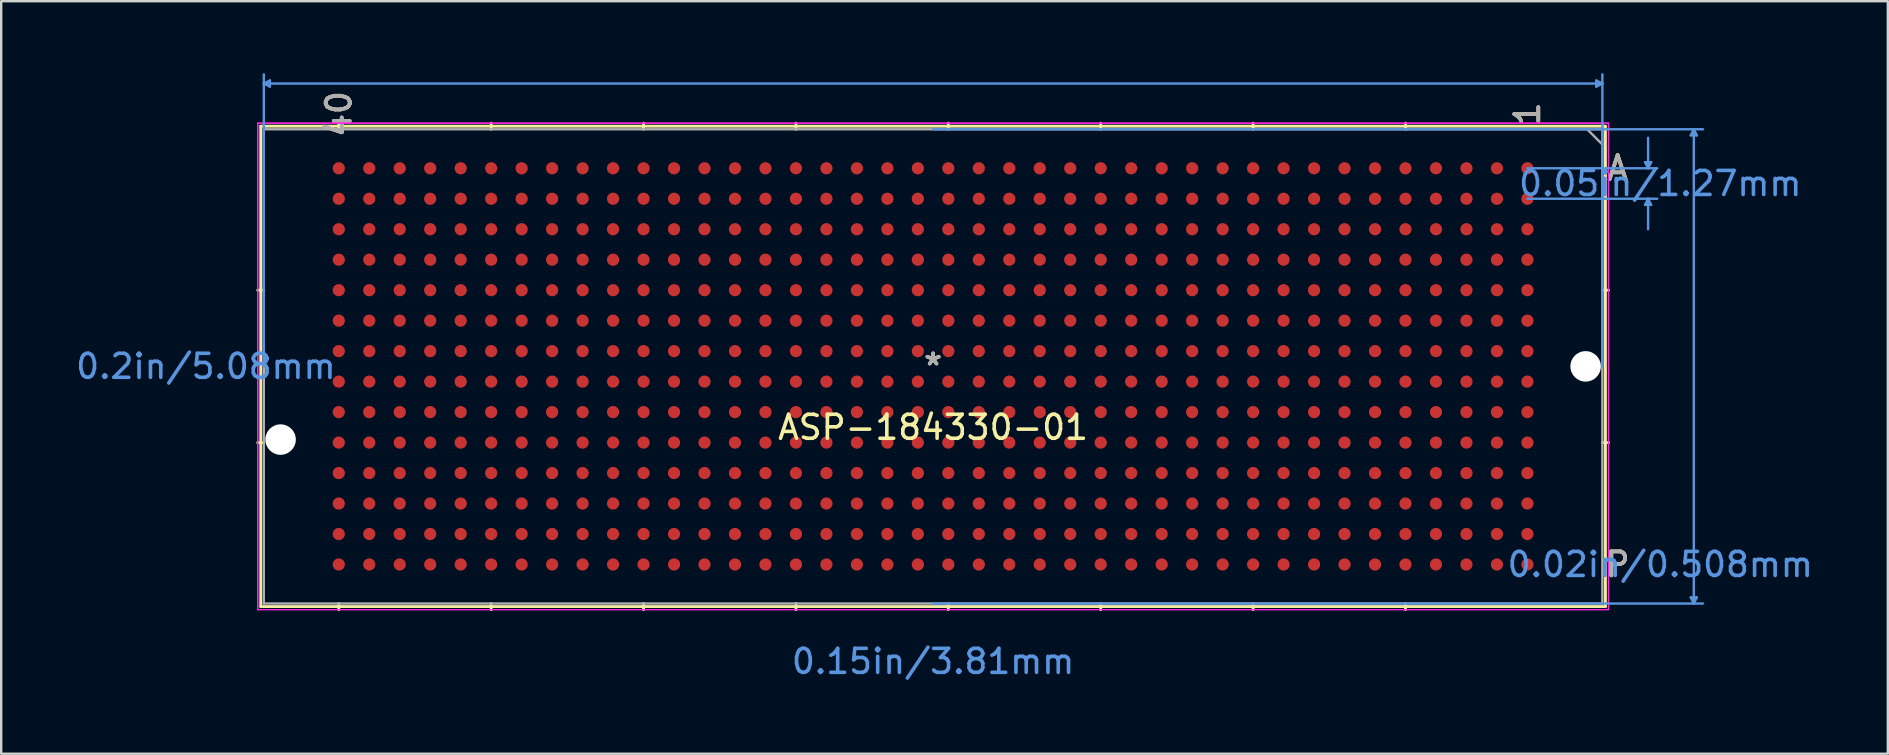
<source format=kicad_pcb>
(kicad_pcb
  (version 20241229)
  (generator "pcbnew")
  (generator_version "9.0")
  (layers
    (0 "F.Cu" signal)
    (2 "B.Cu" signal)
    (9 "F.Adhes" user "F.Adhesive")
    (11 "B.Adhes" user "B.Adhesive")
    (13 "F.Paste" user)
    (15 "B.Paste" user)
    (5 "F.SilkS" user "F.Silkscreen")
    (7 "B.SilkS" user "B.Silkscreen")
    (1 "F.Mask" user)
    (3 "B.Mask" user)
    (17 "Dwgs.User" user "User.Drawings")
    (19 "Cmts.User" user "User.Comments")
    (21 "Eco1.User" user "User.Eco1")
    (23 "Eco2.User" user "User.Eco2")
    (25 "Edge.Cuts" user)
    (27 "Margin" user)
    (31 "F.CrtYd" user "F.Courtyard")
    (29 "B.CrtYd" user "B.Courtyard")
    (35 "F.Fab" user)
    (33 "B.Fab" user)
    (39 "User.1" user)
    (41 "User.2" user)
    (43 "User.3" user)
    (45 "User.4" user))
  (footprint "ASP-184330-01"
    (layer "F.Cu")
    (at 35.832 12.217)
    (property "Reference" "ASP-184330-01" (at 0 2.54 0) (layer "F.SilkS") (effects (font (size 1 1) (thickness 0.15))))
    (attr through_hole)
    (fp_line (start -28.016 -10.008) (end -28.016 10.008) (stroke (width 0.12) (type solid)) (layer "F.SilkS"))
    (fp_line (start -28.016 10.008) (end 28.016 10.008) (stroke (width 0.12) (type solid)) (layer "F.SilkS"))
    (fp_line (start -27.889 -3.175) (end -28.143 -3.175) (stroke (width 0.12) (type solid)) (layer "F.SilkS"))
    (fp_line (start -27.889 3.175) (end -28.143 3.175) (stroke (width 0.12) (type solid)) (layer "F.SilkS"))
    (fp_line (start -24.765 -9.881) (end -24.765 -10.135) (stroke (width 0.12) (type solid)) (layer "F.SilkS"))
    (fp_line (start -24.765 9.881) (end -24.765 10.135) (stroke (width 0.12) (type solid)) (layer "F.SilkS"))
    (fp_line (start -18.415 -9.881) (end -18.415 -10.135) (stroke (width 0.12) (type solid)) (layer "F.SilkS"))
    (fp_line (start -18.415 9.881) (end -18.415 10.135) (stroke (width 0.12) (type solid)) (layer "F.SilkS"))
    (fp_line (start -12.065 -9.881) (end -12.065 -10.135) (stroke (width 0.12) (type solid)) (layer "F.SilkS"))
    (fp_line (start -12.065 9.881) (end -12.065 10.135) (stroke (width 0.12) (type solid)) (layer "F.SilkS"))
    (fp_line (start -5.715 -9.881) (end -5.715 -10.135) (stroke (width 0.12) (type solid)) (layer "F.SilkS"))
    (fp_line (start -5.715 9.881) (end -5.715 10.135) (stroke (width 0.12) (type solid)) (layer "F.SilkS"))
    (fp_line (start 0.635 -9.881) (end 0.635 -10.135) (stroke (width 0.12) (type solid)) (layer "F.SilkS"))
    (fp_line (start 0.635 9.881) (end 0.635 10.135) (stroke (width 0.12) (type solid)) (layer "F.SilkS"))
    (fp_line (start 6.985 -9.881) (end 6.985 -10.135) (stroke (width 0.12) (type solid)) (layer "F.SilkS"))
    (fp_line (start 6.985 9.881) (end 6.985 10.135) (stroke (width 0.12) (type solid)) (layer "F.SilkS"))
    (fp_line (start 13.335 -9.881) (end 13.335 -10.135) (stroke (width 0.12) (type solid)) (layer "F.SilkS"))
    (fp_line (start 13.335 9.881) (end 13.335 10.135) (stroke (width 0.12) (type solid)) (layer "F.SilkS"))
    (fp_line (start 19.685 -9.881) (end 19.685 -10.135) (stroke (width 0.12) (type solid)) (layer "F.SilkS"))
    (fp_line (start 19.685 9.881) (end 19.685 10.135) (stroke (width 0.12) (type solid)) (layer "F.SilkS"))
    (fp_line (start 27.889 -3.175) (end 28.143 -3.175) (stroke (width 0.12) (type solid)) (layer "F.SilkS"))
    (fp_line (start 27.889 3.175) (end 28.143 3.175) (stroke (width 0.12) (type solid)) (layer "F.SilkS"))
    (fp_line (start 28.016 -10.008) (end -28.016 -10.008) (stroke (width 0.12) (type solid)) (layer "F.SilkS"))
    (fp_line (start 28.016 10.008) (end 28.016 -10.008) (stroke (width 0.12) (type solid)) (layer "F.SilkS"))
    (fp_line (start -27.889 -11.786) (end -27.635 -11.913) (stroke (width 0.1) (type solid)) (layer "Cmts.User"))
    (fp_line (start -27.889 -11.786) (end -27.635 -11.659) (stroke (width 0.1) (type solid)) (layer "Cmts.User"))
    (fp_line (start -27.889 -11.786) (end 27.889 -11.786) (stroke (width 0.1) (type solid)) (layer "Cmts.User"))
    (fp_line (start -27.889 0) (end -27.889 -12.167) (stroke (width 0.1) (type solid)) (layer "Cmts.User"))
    (fp_line (start -27.635 -11.913) (end -27.635 -11.659) (stroke (width 0.1) (type solid)) (layer "Cmts.User"))
    (fp_line (start 0 -9.881) (end 32.08 -9.881) (stroke (width 0.1) (type solid)) (layer "Cmts.User"))
    (fp_line (start 0 9.881) (end 32.08 9.881) (stroke (width 0.1) (type solid)) (layer "Cmts.User"))
    (fp_line (start 24.765 -8.255) (end 30.175 -8.255) (stroke (width 0.1) (type solid)) (layer "Cmts.User"))
    (fp_line (start 24.765 -6.985) (end 30.175 -6.985) (stroke (width 0.1) (type solid)) (layer "Cmts.User"))
    (fp_line (start 27.635 -11.913) (end 27.635 -11.659) (stroke (width 0.1) (type solid)) (layer "Cmts.User"))
    (fp_line (start 27.889 -11.786) (end 27.635 -11.913) (stroke (width 0.1) (type solid)) (layer "Cmts.User"))
    (fp_line (start 27.889 -11.786) (end 27.635 -11.659) (stroke (width 0.1) (type solid)) (layer "Cmts.User"))
    (fp_line (start 27.889 0) (end 27.889 -12.167) (stroke (width 0.1) (type solid)) (layer "Cmts.User"))
    (fp_line (start 29.667 -8.509) (end 29.921 -8.509) (stroke (width 0.1) (type solid)) (layer "Cmts.User"))
    (fp_line (start 29.667 -6.731) (end 29.921 -6.731) (stroke (width 0.1) (type solid)) (layer "Cmts.User"))
    (fp_line (start 29.794 -8.255) (end 29.667 -8.509) (stroke (width 0.1) (type solid)) (layer "Cmts.User"))
    (fp_line (start 29.794 -8.255) (end 29.794 -9.525) (stroke (width 0.1) (type solid)) (layer "Cmts.User"))
    (fp_line (start 29.794 -8.255) (end 29.921 -8.509) (stroke (width 0.1) (type solid)) (layer "Cmts.User"))
    (fp_line (start 29.794 -6.985) (end 29.667 -6.731) (stroke (width 0.1) (type solid)) (layer "Cmts.User"))
    (fp_line (start 29.794 -6.985) (end 29.794 -5.715) (stroke (width 0.1) (type solid)) (layer "Cmts.User"))
    (fp_line (start 29.794 -6.985) (end 29.921 -6.731) (stroke (width 0.1) (type solid)) (layer "Cmts.User"))
    (fp_line (start 31.572 -9.627) (end 31.826 -9.627) (stroke (width 0.1) (type solid)) (layer "Cmts.User"))
    (fp_line (start 31.572 9.627) (end 31.826 9.627) (stroke (width 0.1) (type solid)) (layer "Cmts.User"))
    (fp_line (start 31.699 -9.881) (end 31.572 -9.627) (stroke (width 0.1) (type solid)) (layer "Cmts.User"))
    (fp_line (start 31.699 -9.881) (end 31.699 9.881) (stroke (width 0.1) (type solid)) (layer "Cmts.User"))
    (fp_line (start 31.699 -9.881) (end 31.826 -9.627) (stroke (width 0.1) (type solid)) (layer "Cmts.User"))
    (fp_line (start 31.699 9.881) (end 31.572 9.627) (stroke (width 0.1) (type solid)) (layer "Cmts.User"))
    (fp_line (start 31.699 9.881) (end 31.826 9.627) (stroke (width 0.1) (type solid)) (layer "Cmts.User"))
    (fp_line (start -28.143 -10.135) (end 28.143 -10.135) (stroke (width 0.05) (type solid)) (layer "F.CrtYd"))
    (fp_line (start -28.143 -10.135) (end 28.143 -10.135) (stroke (width 0.05) (type solid)) (layer "F.CrtYd"))
    (fp_line (start -28.143 10.135) (end -28.143 -10.135) (stroke (width 0.05) (type solid)) (layer "F.CrtYd"))
    (fp_line (start -28.143 10.135) (end -28.143 -10.135) (stroke (width 0.05) (type solid)) (layer "F.CrtYd"))
    (fp_line (start 28.143 -10.135) (end 28.143 10.135) (stroke (width 0.05) (type solid)) (layer "F.CrtYd"))
    (fp_line (start 28.143 -10.135) (end 28.143 10.135) (stroke (width 0.05) (type solid)) (layer "F.CrtYd"))
    (fp_line (start 28.143 10.135) (end -28.143 10.135) (stroke (width 0.05) (type solid)) (layer "F.CrtYd"))
    (fp_line (start 28.143 10.135) (end -28.143 10.135) (stroke (width 0.05) (type solid)) (layer "F.CrtYd"))
    (fp_line (start -27.889 -9.881) (end -27.889 9.881) (stroke (width 0.1) (type solid)) (layer "F.Fab"))
    (fp_line (start -27.889 9.881) (end 27.889 9.881) (stroke (width 0.1) (type solid)) (layer "F.Fab"))
    (fp_line (start 27.889 -9.881) (end -27.889 -9.881) (stroke (width 0.1) (type solid)) (layer "F.Fab"))
    (fp_line (start 27.889 -9.246) (end 27.254 -9.881) (stroke (width 0.1) (type solid)) (layer "F.Fab"))
    (fp_line (start 27.889 9.881) (end 27.889 -9.881) (stroke (width 0.1) (type solid)) (layer "F.Fab"))
    (fp_text user "1" (at 24.765 -10.516 90) (layer "F.SilkS") (effects (font (size 1 1) (thickness 0.15))))
    (fp_text user "40" (at -24.765 -10.516 90) (layer "F.SilkS") (effects (font (size 1 1) (thickness 0.15))))
    (fp_text user "P" (at 28.524 8.255 0) (layer "F.SilkS") (effects (font (size 1 1) (thickness 0.15))))
    (fp_text user "A" (at 28.524 -8.255 0) (layer "F.SilkS") (effects (font (size 1 1) (thickness 0.15))))
    (fp_text user "*" (at 0 0 0) (layer "F.SilkS") (effects (font (size 1 1) (thickness 0.15))))
    (fp_text user "40" (at -24.765 -10.516 90) (layer "B.SilkS") (effects (font (size 1 1) (thickness 0.15))))
    (fp_text user "A" (at 28.524 -8.255 0) (layer "B.SilkS") (effects (font (size 1 1) (thickness 0.15))))
    (fp_text user "1" (at 24.765 -10.516 90) (layer "B.SilkS") (effects (font (size 1 1) (thickness 0.15))))
    (fp_text user "P" (at 28.524 8.255 0) (layer "B.SilkS") (effects (font (size 1 1) (thickness 0.15))))
    (fp_text user "0.05in/1.27mm" (at 30.302 -7.62 0) (layer "Cmts.User") (effects (font (size 1 1) (thickness 0.15))))
    (fp_text user "Copyright 2021 Accelerated Designs. All rights reserved." (at 0 0 0) (layer "Cmts.User") (effects (font (size 0.127 0.127) (thickness 0.002))))
    (fp_text user "0.15in/3.81mm" (at 0 12.294 0) (layer "Cmts.User") (effects (font (size 1 1) (thickness 0.15))))
    (fp_text user "0.02in/0.508mm" (at 30.302 8.255 0) (layer "Cmts.User") (effects (font (size 1 1) (thickness 0.15))))
    (fp_text user "0.2in/5.08mm" (at -30.302 0 0) (layer "Cmts.User") (effects (font (size 1 1) (thickness 0.15))))
    (fp_text user "A" (at 28.524 -8.255 0) (layer "F.Fab") (effects (font (size 1 1) (thickness 0.15))))
    (fp_text user "40" (at -24.765 -10.516 90) (layer "F.Fab") (effects (font (size 1 1) (thickness 0.15))))
    (fp_text user "*" (at 0 0 0) (layer "F.Fab") (effects (font (size 1 1) (thickness 0.15))))
    (fp_text user "P" (at 28.524 8.255 0) (layer "F.Fab") (effects (font (size 1 1) (thickness 0.15))))
    (fp_text user "1" (at 24.765 -10.516 90) (layer "F.Fab") (effects (font (size 1 1) (thickness 0.15))))
    (pad "" np_thru_hole circle (at -27.19 3.05) (size 1.27 1.27) (drill 1.27) (layers "*.Cu" "*.Mask"))
    (pad "" np_thru_hole circle (at 27.191 -0.00001) (size 1.27 1.27) (drill 1.27) (layers "*.Cu" "*.Mask"))
    (pad "A1" smd circle (at 24.765 -5.715) (size 0.508 0.508) (layers "F.Cu" "F.Mask" "F.Paste"))
    (pad "A2" smd circle (at 23.495 -5.715) (size 0.508 0.508) (layers "F.Cu" "F.Mask" "F.Paste"))
    (pad "A3" smd circle (at 22.225 -5.715) (size 0.508 0.508) (layers "F.Cu" "F.Mask" "F.Paste"))
    (pad "A4" smd circle (at 20.955 -5.715) (size 0.508 0.508) (layers "F.Cu" "F.Mask" "F.Paste"))
    (pad "A5" smd circle (at 19.685 -5.715) (size 0.508 0.508) (layers "F.Cu" "F.Mask" "F.Paste"))
    (pad "A6" smd circle (at 18.415 -5.715) (size 0.508 0.508) (layers "F.Cu" "F.Mask" "F.Paste"))
    (pad "A7" smd circle (at 17.145 -5.715) (size 0.508 0.508) (layers "F.Cu" "F.Mask" "F.Paste"))
    (pad "A8" smd circle (at 15.875 -5.715) (size 0.508 0.508) (layers "F.Cu" "F.Mask" "F.Paste"))
    (pad "A9" smd circle (at 14.605 -5.715) (size 0.508 0.508) (layers "F.Cu" "F.Mask" "F.Paste"))
    (pad "A10" smd circle (at 13.335 -5.715) (size 0.508 0.508) (layers "F.Cu" "F.Mask" "F.Paste"))
    (pad "A11" smd circle (at 12.065 -5.715) (size 0.508 0.508) (layers "F.Cu" "F.Mask" "F.Paste"))
    (pad "A12" smd circle (at 10.795 -5.715) (size 0.508 0.508) (layers "F.Cu" "F.Mask" "F.Paste"))
    (pad "A13" smd circle (at 9.525 -5.715) (size 0.508 0.508) (layers "F.Cu" "F.Mask" "F.Paste"))
    (pad "A14" smd circle (at 8.255 -5.715) (size 0.508 0.508) (layers "F.Cu" "F.Mask" "F.Paste"))
    (pad "A15" smd circle (at 6.985 -5.715) (size 0.508 0.508) (layers "F.Cu" "F.Mask" "F.Paste"))
    (pad "A16" smd circle (at 5.715 -5.715) (size 0.508 0.508) (layers "F.Cu" "F.Mask" "F.Paste"))
    (pad "A17" smd circle (at 4.445 -5.715) (size 0.508 0.508) (layers "F.Cu" "F.Mask" "F.Paste"))
    (pad "A18" smd circle (at 3.175 -5.715) (size 0.508 0.508) (layers "F.Cu" "F.Mask" "F.Paste"))
    (pad "A19" smd circle (at 1.905 -5.715) (size 0.508 0.508) (layers "F.Cu" "F.Mask" "F.Paste"))
    (pad "A20" smd circle (at 0.635 -5.715) (size 0.508 0.508) (layers "F.Cu" "F.Mask" "F.Paste"))
    (pad "A21" smd circle (at -0.635 -5.715) (size 0.508 0.508) (layers "F.Cu" "F.Mask" "F.Paste"))
    (pad "A22" smd circle (at -1.905 -5.715) (size 0.508 0.508) (layers "F.Cu" "F.Mask" "F.Paste"))
    (pad "A23" smd circle (at -3.175 -5.715) (size 0.508 0.508) (layers "F.Cu" "F.Mask" "F.Paste"))
    (pad "A24" smd circle (at -4.445 -5.715) (size 0.508 0.508) (layers "F.Cu" "F.Mask" "F.Paste"))
    (pad "A25" smd circle (at -5.715 -5.715) (size 0.508 0.508) (layers "F.Cu" "F.Mask" "F.Paste"))
    (pad "A26" smd circle (at -6.985 -5.715) (size 0.508 0.508) (layers "F.Cu" "F.Mask" "F.Paste"))
    (pad "A27" smd circle (at -8.255 -5.715) (size 0.508 0.508) (layers "F.Cu" "F.Mask" "F.Paste"))
    (pad "A28" smd circle (at -9.525 -5.715) (size 0.508 0.508) (layers "F.Cu" "F.Mask" "F.Paste"))
    (pad "A29" smd circle (at -10.795 -5.715) (size 0.508 0.508) (layers "F.Cu" "F.Mask" "F.Paste"))
    (pad "A30" smd circle (at -12.065 -5.715) (size 0.508 0.508) (layers "F.Cu" "F.Mask" "F.Paste"))
    (pad "A31" smd circle (at -13.335 -5.715) (size 0.508 0.508) (layers "F.Cu" "F.Mask" "F.Paste"))
    (pad "A32" smd circle (at -14.605 -5.715) (size 0.508 0.508) (layers "F.Cu" "F.Mask" "F.Paste"))
    (pad "A33" smd circle (at -15.875 -5.715) (size 0.508 0.508) (layers "F.Cu" "F.Mask" "F.Paste"))
    (pad "A34" smd circle (at -17.145 -5.715) (size 0.508 0.508) (layers "F.Cu" "F.Mask" "F.Paste"))
    (pad "A35" smd circle (at -18.415 -5.715) (size 0.508 0.508) (layers "F.Cu" "F.Mask" "F.Paste"))
    (pad "A36" smd circle (at -19.685 -5.715) (size 0.508 0.508) (layers "F.Cu" "F.Mask" "F.Paste"))
    (pad "A37" smd circle (at -20.955 -5.715) (size 0.508 0.508) (layers "F.Cu" "F.Mask" "F.Paste"))
    (pad "A38" smd circle (at -22.225 -5.715) (size 0.508 0.508) (layers "F.Cu" "F.Mask" "F.Paste"))
    (pad "A39" smd circle (at -23.495 -5.715) (size 0.508 0.508) (layers "F.Cu" "F.Mask" "F.Paste"))
    (pad "A40" smd circle (at -24.765 -5.715) (size 0.508 0.508) (layers "F.Cu" "F.Mask" "F.Paste"))
    (pad "B1" smd circle (at 24.765 -4.445) (size 0.508 0.508) (layers "F.Cu" "F.Mask" "F.Paste"))
    (pad "B2" smd circle (at 23.495 -4.445) (size 0.508 0.508) (layers "F.Cu" "F.Mask" "F.Paste"))
    (pad "B3" smd circle (at 22.225 -4.445) (size 0.508 0.508) (layers "F.Cu" "F.Mask" "F.Paste"))
    (pad "B4" smd circle (at 20.955 -4.445) (size 0.508 0.508) (layers "F.Cu" "F.Mask" "F.Paste"))
    (pad "B5" smd circle (at 19.685 -4.445) (size 0.508 0.508) (layers "F.Cu" "F.Mask" "F.Paste"))
    (pad "B6" smd circle (at 18.415 -4.445) (size 0.508 0.508) (layers "F.Cu" "F.Mask" "F.Paste"))
    (pad "B7" smd circle (at 17.145 -4.445) (size 0.508 0.508) (layers "F.Cu" "F.Mask" "F.Paste"))
    (pad "B8" smd circle (at 15.875 -4.445) (size 0.508 0.508) (layers "F.Cu" "F.Mask" "F.Paste"))
    (pad "B9" smd circle (at 14.605 -4.445) (size 0.508 0.508) (layers "F.Cu" "F.Mask" "F.Paste"))
    (pad "B10" smd circle (at 13.335 -4.445) (size 0.508 0.508) (layers "F.Cu" "F.Mask" "F.Paste"))
    (pad "B11" smd circle (at 12.065 -4.445) (size 0.508 0.508) (layers "F.Cu" "F.Mask" "F.Paste"))
    (pad "B12" smd circle (at 10.795 -4.445) (size 0.508 0.508) (layers "F.Cu" "F.Mask" "F.Paste"))
    (pad "B13" smd circle (at 9.525 -4.445) (size 0.508 0.508) (layers "F.Cu" "F.Mask" "F.Paste"))
    (pad "B14" smd circle (at 8.255 -4.445) (size 0.508 0.508) (layers "F.Cu" "F.Mask" "F.Paste"))
    (pad "B15" smd circle (at 6.985 -4.445) (size 0.508 0.508) (layers "F.Cu" "F.Mask" "F.Paste"))
    (pad "B16" smd circle (at 5.715 -4.445) (size 0.508 0.508) (layers "F.Cu" "F.Mask" "F.Paste"))
    (pad "B17" smd circle (at 4.445 -4.445) (size 0.508 0.508) (layers "F.Cu" "F.Mask" "F.Paste"))
    (pad "B18" smd circle (at 3.175 -4.445) (size 0.508 0.508) (layers "F.Cu" "F.Mask" "F.Paste"))
    (pad "B19" smd circle (at 1.905 -4.445) (size 0.508 0.508) (layers "F.Cu" "F.Mask" "F.Paste"))
    (pad "B20" smd circle (at 0.635 -4.445) (size 0.508 0.508) (layers "F.Cu" "F.Mask" "F.Paste"))
    (pad "B21" smd circle (at -0.635 -4.445) (size 0.508 0.508) (layers "F.Cu" "F.Mask" "F.Paste"))
    (pad "B22" smd circle (at -1.905 -4.445) (size 0.508 0.508) (layers "F.Cu" "F.Mask" "F.Paste"))
    (pad "B23" smd circle (at -3.175 -4.445) (size 0.508 0.508) (layers "F.Cu" "F.Mask" "F.Paste"))
    (pad "B24" smd circle (at -4.445 -4.445) (size 0.508 0.508) (layers "F.Cu" "F.Mask" "F.Paste"))
    (pad "B25" smd circle (at -5.715 -4.445) (size 0.508 0.508) (layers "F.Cu" "F.Mask" "F.Paste"))
    (pad "B26" smd circle (at -6.985 -4.445) (size 0.508 0.508) (layers "F.Cu" "F.Mask" "F.Paste"))
    (pad "B27" smd circle (at -8.255 -4.445) (size 0.508 0.508) (layers "F.Cu" "F.Mask" "F.Paste"))
    (pad "B28" smd circle (at -9.525 -4.445) (size 0.508 0.508) (layers "F.Cu" "F.Mask" "F.Paste"))
    (pad "B29" smd circle (at -10.795 -4.445) (size 0.508 0.508) (layers "F.Cu" "F.Mask" "F.Paste"))
    (pad "B30" smd circle (at -12.065 -4.445) (size 0.508 0.508) (layers "F.Cu" "F.Mask" "F.Paste"))
    (pad "B31" smd circle (at -13.335 -4.445) (size 0.508 0.508) (layers "F.Cu" "F.Mask" "F.Paste"))
    (pad "B32" smd circle (at -14.605 -4.445) (size 0.508 0.508) (layers "F.Cu" "F.Mask" "F.Paste"))
    (pad "B33" smd circle (at -15.875 -4.445) (size 0.508 0.508) (layers "F.Cu" "F.Mask" "F.Paste"))
    (pad "B34" smd circle (at -17.145 -4.445) (size 0.508 0.508) (layers "F.Cu" "F.Mask" "F.Paste"))
    (pad "B35" smd circle (at -18.415 -4.445) (size 0.508 0.508) (layers "F.Cu" "F.Mask" "F.Paste"))
    (pad "B36" smd circle (at -19.685 -4.445) (size 0.508 0.508) (layers "F.Cu" "F.Mask" "F.Paste"))
    (pad "B37" smd circle (at -20.955 -4.445) (size 0.508 0.508) (layers "F.Cu" "F.Mask" "F.Paste"))
    (pad "B38" smd circle (at -22.225 -4.445) (size 0.508 0.508) (layers "F.Cu" "F.Mask" "F.Paste"))
    (pad "B39" smd circle (at -23.495 -4.445) (size 0.508 0.508) (layers "F.Cu" "F.Mask" "F.Paste"))
    (pad "B40" smd circle (at -24.765 -4.445) (size 0.508 0.508) (layers "F.Cu" "F.Mask" "F.Paste"))
    (pad "C1" smd circle (at 24.765 -3.175) (size 0.508 0.508) (layers "F.Cu" "F.Mask" "F.Paste"))
    (pad "C2" smd circle (at 23.495 -3.175) (size 0.508 0.508) (layers "F.Cu" "F.Mask" "F.Paste"))
    (pad "C3" smd circle (at 22.225 -3.175) (size 0.508 0.508) (layers "F.Cu" "F.Mask" "F.Paste"))
    (pad "C4" smd circle (at 20.955 -3.175) (size 0.508 0.508) (layers "F.Cu" "F.Mask" "F.Paste"))
    (pad "C5" smd circle (at 19.685 -3.175) (size 0.508 0.508) (layers "F.Cu" "F.Mask" "F.Paste"))
    (pad "C6" smd circle (at 18.415 -3.175) (size 0.508 0.508) (layers "F.Cu" "F.Mask" "F.Paste"))
    (pad "C7" smd circle (at 17.145 -3.175) (size 0.508 0.508) (layers "F.Cu" "F.Mask" "F.Paste"))
    (pad "C8" smd circle (at 15.875 -3.175) (size 0.508 0.508) (layers "F.Cu" "F.Mask" "F.Paste"))
    (pad "C9" smd circle (at 14.605 -3.175) (size 0.508 0.508) (layers "F.Cu" "F.Mask" "F.Paste"))
    (pad "C10" smd circle (at 13.335 -3.175) (size 0.508 0.508) (layers "F.Cu" "F.Mask" "F.Paste"))
    (pad "C11" smd circle (at 12.065 -3.175) (size 0.508 0.508) (layers "F.Cu" "F.Mask" "F.Paste"))
    (pad "C12" smd circle (at 10.795 -3.175) (size 0.508 0.508) (layers "F.Cu" "F.Mask" "F.Paste"))
    (pad "C13" smd circle (at 9.525 -3.175) (size 0.508 0.508) (layers "F.Cu" "F.Mask" "F.Paste"))
    (pad "C14" smd circle (at 8.255 -3.175) (size 0.508 0.508) (layers "F.Cu" "F.Mask" "F.Paste"))
    (pad "C15" smd circle (at 6.985 -3.175) (size 0.508 0.508) (layers "F.Cu" "F.Mask" "F.Paste"))
    (pad "C16" smd circle (at 5.715 -3.175) (size 0.508 0.508) (layers "F.Cu" "F.Mask" "F.Paste"))
    (pad "C17" smd circle (at 4.445 -3.175) (size 0.508 0.508) (layers "F.Cu" "F.Mask" "F.Paste"))
    (pad "C18" smd circle (at 3.175 -3.175) (size 0.508 0.508) (layers "F.Cu" "F.Mask" "F.Paste"))
    (pad "C19" smd circle (at 1.905 -3.175) (size 0.508 0.508) (layers "F.Cu" "F.Mask" "F.Paste"))
    (pad "C20" smd circle (at 0.635 -3.175) (size 0.508 0.508) (layers "F.Cu" "F.Mask" "F.Paste"))
    (pad "C21" smd circle (at -0.635 -3.175) (size 0.508 0.508) (layers "F.Cu" "F.Mask" "F.Paste"))
    (pad "C22" smd circle (at -1.905 -3.175) (size 0.508 0.508) (layers "F.Cu" "F.Mask" "F.Paste"))
    (pad "C23" smd circle (at -3.175 -3.175) (size 0.508 0.508) (layers "F.Cu" "F.Mask" "F.Paste"))
    (pad "C24" smd circle (at -4.445 -3.175) (size 0.508 0.508) (layers "F.Cu" "F.Mask" "F.Paste"))
    (pad "C25" smd circle (at -5.715 -3.175) (size 0.508 0.508) (layers "F.Cu" "F.Mask" "F.Paste"))
    (pad "C26" smd circle (at -6.985 -3.175) (size 0.508 0.508) (layers "F.Cu" "F.Mask" "F.Paste"))
    (pad "C27" smd circle (at -8.255 -3.175) (size 0.508 0.508) (layers "F.Cu" "F.Mask" "F.Paste"))
    (pad "C28" smd circle (at -9.525 -3.175) (size 0.508 0.508) (layers "F.Cu" "F.Mask" "F.Paste"))
    (pad "C29" smd circle (at -10.795 -3.175) (size 0.508 0.508) (layers "F.Cu" "F.Mask" "F.Paste"))
    (pad "C30" smd circle (at -12.065 -3.175) (size 0.508 0.508) (layers "F.Cu" "F.Mask" "F.Paste"))
    (pad "C31" smd circle (at -13.335 -3.175) (size 0.508 0.508) (layers "F.Cu" "F.Mask" "F.Paste"))
    (pad "C32" smd circle (at -14.605 -3.175) (size 0.508 0.508) (layers "F.Cu" "F.Mask" "F.Paste"))
    (pad "C33" smd circle (at -15.875 -3.175) (size 0.508 0.508) (layers "F.Cu" "F.Mask" "F.Paste"))
    (pad "C34" smd circle (at -17.145 -3.175) (size 0.508 0.508) (layers "F.Cu" "F.Mask" "F.Paste"))
    (pad "C35" smd circle (at -18.415 -3.175) (size 0.508 0.508) (layers "F.Cu" "F.Mask" "F.Paste"))
    (pad "C36" smd circle (at -19.685 -3.175) (size 0.508 0.508) (layers "F.Cu" "F.Mask" "F.Paste"))
    (pad "C37" smd circle (at -20.955 -3.175) (size 0.508 0.508) (layers "F.Cu" "F.Mask" "F.Paste"))
    (pad "C38" smd circle (at -22.225 -3.175) (size 0.508 0.508) (layers "F.Cu" "F.Mask" "F.Paste"))
    (pad "C39" smd circle (at -23.495 -3.175) (size 0.508 0.508) (layers "F.Cu" "F.Mask" "F.Paste"))
    (pad "C40" smd circle (at -24.765 -3.175) (size 0.508 0.508) (layers "F.Cu" "F.Mask" "F.Paste"))
    (pad "D1" smd circle (at 24.765 -1.905) (size 0.508 0.508) (layers "F.Cu" "F.Mask" "F.Paste"))
    (pad "D2" smd circle (at 23.495 -1.905) (size 0.508 0.508) (layers "F.Cu" "F.Mask" "F.Paste"))
    (pad "D3" smd circle (at 22.225 -1.905) (size 0.508 0.508) (layers "F.Cu" "F.Mask" "F.Paste"))
    (pad "D4" smd circle (at 20.955 -1.905) (size 0.508 0.508) (layers "F.Cu" "F.Mask" "F.Paste"))
    (pad "D5" smd circle (at 19.685 -1.905) (size 0.508 0.508) (layers "F.Cu" "F.Mask" "F.Paste"))
    (pad "D6" smd circle (at 18.415 -1.905) (size 0.508 0.508) (layers "F.Cu" "F.Mask" "F.Paste"))
    (pad "D7" smd circle (at 17.145 -1.905) (size 0.508 0.508) (layers "F.Cu" "F.Mask" "F.Paste"))
    (pad "D8" smd circle (at 15.875 -1.905) (size 0.508 0.508) (layers "F.Cu" "F.Mask" "F.Paste"))
    (pad "D9" smd circle (at 14.605 -1.905) (size 0.508 0.508) (layers "F.Cu" "F.Mask" "F.Paste"))
    (pad "D10" smd circle (at 13.335 -1.905) (size 0.508 0.508) (layers "F.Cu" "F.Mask" "F.Paste"))
    (pad "D11" smd circle (at 12.065 -1.905) (size 0.508 0.508) (layers "F.Cu" "F.Mask" "F.Paste"))
    (pad "D12" smd circle (at 10.795 -1.905) (size 0.508 0.508) (layers "F.Cu" "F.Mask" "F.Paste"))
    (pad "D13" smd circle (at 9.525 -1.905) (size 0.508 0.508) (layers "F.Cu" "F.Mask" "F.Paste"))
    (pad "D14" smd circle (at 8.255 -1.905) (size 0.508 0.508) (layers "F.Cu" "F.Mask" "F.Paste"))
    (pad "D15" smd circle (at 6.985 -1.905) (size 0.508 0.508) (layers "F.Cu" "F.Mask" "F.Paste"))
    (pad "D16" smd circle (at 5.715 -1.905) (size 0.508 0.508) (layers "F.Cu" "F.Mask" "F.Paste"))
    (pad "D17" smd circle (at 4.445 -1.905) (size 0.508 0.508) (layers "F.Cu" "F.Mask" "F.Paste"))
    (pad "D18" smd circle (at 3.175 -1.905) (size 0.508 0.508) (layers "F.Cu" "F.Mask" "F.Paste"))
    (pad "D19" smd circle (at 1.905 -1.905) (size 0.508 0.508) (layers "F.Cu" "F.Mask" "F.Paste"))
    (pad "D20" smd circle (at 0.635 -1.905) (size 0.508 0.508) (layers "F.Cu" "F.Mask" "F.Paste"))
    (pad "D21" smd circle (at -0.635 -1.905) (size 0.508 0.508) (layers "F.Cu" "F.Mask" "F.Paste"))
    (pad "D22" smd circle (at -1.905 -1.905) (size 0.508 0.508) (layers "F.Cu" "F.Mask" "F.Paste"))
    (pad "D23" smd circle (at -3.175 -1.905) (size 0.508 0.508) (layers "F.Cu" "F.Mask" "F.Paste"))
    (pad "D24" smd circle (at -4.445 -1.905) (size 0.508 0.508) (layers "F.Cu" "F.Mask" "F.Paste"))
    (pad "D25" smd circle (at -5.715 -1.905) (size 0.508 0.508) (layers "F.Cu" "F.Mask" "F.Paste"))
    (pad "D26" smd circle (at -6.985 -1.905) (size 0.508 0.508) (layers "F.Cu" "F.Mask" "F.Paste"))
    (pad "D27" smd circle (at -8.255 -1.905) (size 0.508 0.508) (layers "F.Cu" "F.Mask" "F.Paste"))
    (pad "D28" smd circle (at -9.525 -1.905) (size 0.508 0.508) (layers "F.Cu" "F.Mask" "F.Paste"))
    (pad "D29" smd circle (at -10.795 -1.905) (size 0.508 0.508) (layers "F.Cu" "F.Mask" "F.Paste"))
    (pad "D30" smd circle (at -12.065 -1.905) (size 0.508 0.508) (layers "F.Cu" "F.Mask" "F.Paste"))
    (pad "D31" smd circle (at -13.335 -1.905) (size 0.508 0.508) (layers "F.Cu" "F.Mask" "F.Paste"))
    (pad "D32" smd circle (at -14.605 -1.905) (size 0.508 0.508) (layers "F.Cu" "F.Mask" "F.Paste"))
    (pad "D33" smd circle (at -15.875 -1.905) (size 0.508 0.508) (layers "F.Cu" "F.Mask" "F.Paste"))
    (pad "D34" smd circle (at -17.145 -1.905) (size 0.508 0.508) (layers "F.Cu" "F.Mask" "F.Paste"))
    (pad "D35" smd circle (at -18.415 -1.905) (size 0.508 0.508) (layers "F.Cu" "F.Mask" "F.Paste"))
    (pad "D36" smd circle (at -19.685 -1.905) (size 0.508 0.508) (layers "F.Cu" "F.Mask" "F.Paste"))
    (pad "D37" smd circle (at -20.955 -1.905) (size 0.508 0.508) (layers "F.Cu" "F.Mask" "F.Paste"))
    (pad "D38" smd circle (at -22.225 -1.905) (size 0.508 0.508) (layers "F.Cu" "F.Mask" "F.Paste"))
    (pad "D39" smd circle (at -23.495 -1.905) (size 0.508 0.508) (layers "F.Cu" "F.Mask" "F.Paste"))
    (pad "D40" smd circle (at -24.765 -1.905) (size 0.508 0.508) (layers "F.Cu" "F.Mask" "F.Paste"))
    (pad "E1" smd circle (at 24.765 -0.635) (size 0.508 0.508) (layers "F.Cu" "F.Mask" "F.Paste"))
    (pad "E2" smd circle (at 23.495 -0.635) (size 0.508 0.508) (layers "F.Cu" "F.Mask" "F.Paste"))
    (pad "E3" smd circle (at 22.225 -0.635) (size 0.508 0.508) (layers "F.Cu" "F.Mask" "F.Paste"))
    (pad "E4" smd circle (at 20.955 -0.635) (size 0.508 0.508) (layers "F.Cu" "F.Mask" "F.Paste"))
    (pad "E5" smd circle (at 19.685 -0.635) (size 0.508 0.508) (layers "F.Cu" "F.Mask" "F.Paste"))
    (pad "E6" smd circle (at 18.415 -0.635) (size 0.508 0.508) (layers "F.Cu" "F.Mask" "F.Paste"))
    (pad "E7" smd circle (at 17.145 -0.635) (size 0.508 0.508) (layers "F.Cu" "F.Mask" "F.Paste"))
    (pad "E8" smd circle (at 15.875 -0.635) (size 0.508 0.508) (layers "F.Cu" "F.Mask" "F.Paste"))
    (pad "E9" smd circle (at 14.605 -0.635) (size 0.508 0.508) (layers "F.Cu" "F.Mask" "F.Paste"))
    (pad "E10" smd circle (at 13.335 -0.635) (size 0.508 0.508) (layers "F.Cu" "F.Mask" "F.Paste"))
    (pad "E11" smd circle (at 12.065 -0.635) (size 0.508 0.508) (layers "F.Cu" "F.Mask" "F.Paste"))
    (pad "E12" smd circle (at 10.795 -0.635) (size 0.508 0.508) (layers "F.Cu" "F.Mask" "F.Paste"))
    (pad "E13" smd circle (at 9.525 -0.635) (size 0.508 0.508) (layers "F.Cu" "F.Mask" "F.Paste"))
    (pad "E14" smd circle (at 8.255 -0.635) (size 0.508 0.508) (layers "F.Cu" "F.Mask" "F.Paste"))
    (pad "E15" smd circle (at 6.985 -0.635) (size 0.508 0.508) (layers "F.Cu" "F.Mask" "F.Paste"))
    (pad "E16" smd circle (at 5.715 -0.635) (size 0.508 0.508) (layers "F.Cu" "F.Mask" "F.Paste"))
    (pad "E17" smd circle (at 4.445 -0.635) (size 0.508 0.508) (layers "F.Cu" "F.Mask" "F.Paste"))
    (pad "E18" smd circle (at 3.175 -0.635) (size 0.508 0.508) (layers "F.Cu" "F.Mask" "F.Paste"))
    (pad "E19" smd circle (at 1.905 -0.635) (size 0.508 0.508) (layers "F.Cu" "F.Mask" "F.Paste"))
    (pad "E20" smd circle (at 0.635 -0.635) (size 0.508 0.508) (layers "F.Cu" "F.Mask" "F.Paste"))
    (pad "E21" smd circle (at -0.635 -0.635) (size 0.508 0.508) (layers "F.Cu" "F.Mask" "F.Paste"))
    (pad "E22" smd circle (at -1.905 -0.635) (size 0.508 0.508) (layers "F.Cu" "F.Mask" "F.Paste"))
    (pad "E23" smd circle (at -3.175 -0.635) (size 0.508 0.508) (layers "F.Cu" "F.Mask" "F.Paste"))
    (pad "E24" smd circle (at -4.445 -0.635) (size 0.508 0.508) (layers "F.Cu" "F.Mask" "F.Paste"))
    (pad "E25" smd circle (at -5.715 -0.635) (size 0.508 0.508) (layers "F.Cu" "F.Mask" "F.Paste"))
    (pad "E26" smd circle (at -6.985 -0.635) (size 0.508 0.508) (layers "F.Cu" "F.Mask" "F.Paste"))
    (pad "E27" smd circle (at -8.255 -0.635) (size 0.508 0.508) (layers "F.Cu" "F.Mask" "F.Paste"))
    (pad "E28" smd circle (at -9.525 -0.635) (size 0.508 0.508) (layers "F.Cu" "F.Mask" "F.Paste"))
    (pad "E29" smd circle (at -10.795 -0.635) (size 0.508 0.508) (layers "F.Cu" "F.Mask" "F.Paste"))
    (pad "E30" smd circle (at -12.065 -0.635) (size 0.508 0.508) (layers "F.Cu" "F.Mask" "F.Paste"))
    (pad "E31" smd circle (at -13.335 -0.635) (size 0.508 0.508) (layers "F.Cu" "F.Mask" "F.Paste"))
    (pad "E32" smd circle (at -14.605 -0.635) (size 0.508 0.508) (layers "F.Cu" "F.Mask" "F.Paste"))
    (pad "E33" smd circle (at -15.875 -0.635) (size 0.508 0.508) (layers "F.Cu" "F.Mask" "F.Paste"))
    (pad "E34" smd circle (at -17.145 -0.635) (size 0.508 0.508) (layers "F.Cu" "F.Mask" "F.Paste"))
    (pad "E35" smd circle (at -18.415 -0.635) (size 0.508 0.508) (layers "F.Cu" "F.Mask" "F.Paste"))
    (pad "E36" smd circle (at -19.685 -0.635) (size 0.508 0.508) (layers "F.Cu" "F.Mask" "F.Paste"))
    (pad "E37" smd circle (at -20.955 -0.635) (size 0.508 0.508) (layers "F.Cu" "F.Mask" "F.Paste"))
    (pad "E38" smd circle (at -22.225 -0.635) (size 0.508 0.508) (layers "F.Cu" "F.Mask" "F.Paste"))
    (pad "E39" smd circle (at -23.495 -0.635) (size 0.508 0.508) (layers "F.Cu" "F.Mask" "F.Paste"))
    (pad "E40" smd circle (at -24.765 -0.635) (size 0.508 0.508) (layers "F.Cu" "F.Mask" "F.Paste"))
    (pad "F1" smd circle (at 24.765 0.635) (size 0.508 0.508) (layers "F.Cu" "F.Mask" "F.Paste"))
    (pad "F2" smd circle (at 23.495 0.635) (size 0.508 0.508) (layers "F.Cu" "F.Mask" "F.Paste"))
    (pad "F3" smd circle (at 22.225 0.635) (size 0.508 0.508) (layers "F.Cu" "F.Mask" "F.Paste"))
    (pad "F4" smd circle (at 20.955 0.635) (size 0.508 0.508) (layers "F.Cu" "F.Mask" "F.Paste"))
    (pad "F5" smd circle (at 19.685 0.635) (size 0.508 0.508) (layers "F.Cu" "F.Mask" "F.Paste"))
    (pad "F6" smd circle (at 18.415 0.635) (size 0.508 0.508) (layers "F.Cu" "F.Mask" "F.Paste"))
    (pad "F7" smd circle (at 17.145 0.635) (size 0.508 0.508) (layers "F.Cu" "F.Mask" "F.Paste"))
    (pad "F8" smd circle (at 15.875 0.635) (size 0.508 0.508) (layers "F.Cu" "F.Mask" "F.Paste"))
    (pad "F9" smd circle (at 14.605 0.635) (size 0.508 0.508) (layers "F.Cu" "F.Mask" "F.Paste"))
    (pad "F10" smd circle (at 13.335 0.635) (size 0.508 0.508) (layers "F.Cu" "F.Mask" "F.Paste"))
    (pad "F11" smd circle (at 12.065 0.635) (size 0.508 0.508) (layers "F.Cu" "F.Mask" "F.Paste"))
    (pad "F12" smd circle (at 10.795 0.635) (size 0.508 0.508) (layers "F.Cu" "F.Mask" "F.Paste"))
    (pad "F13" smd circle (at 9.525 0.635) (size 0.508 0.508) (layers "F.Cu" "F.Mask" "F.Paste"))
    (pad "F14" smd circle (at 8.255 0.635) (size 0.508 0.508) (layers "F.Cu" "F.Mask" "F.Paste"))
    (pad "F15" smd circle (at 6.985 0.635) (size 0.508 0.508) (layers "F.Cu" "F.Mask" "F.Paste"))
    (pad "F16" smd circle (at 5.715 0.635) (size 0.508 0.508) (layers "F.Cu" "F.Mask" "F.Paste"))
    (pad "F17" smd circle (at 4.445 0.635) (size 0.508 0.508) (layers "F.Cu" "F.Mask" "F.Paste"))
    (pad "F18" smd circle (at 3.175 0.635) (size 0.508 0.508) (layers "F.Cu" "F.Mask" "F.Paste"))
    (pad "F19" smd circle (at 1.905 0.635) (size 0.508 0.508) (layers "F.Cu" "F.Mask" "F.Paste"))
    (pad "F20" smd circle (at 0.635 0.635) (size 0.508 0.508) (layers "F.Cu" "F.Mask" "F.Paste"))
    (pad "F21" smd circle (at -0.635 0.635) (size 0.508 0.508) (layers "F.Cu" "F.Mask" "F.Paste"))
    (pad "F22" smd circle (at -1.905 0.635) (size 0.508 0.508) (layers "F.Cu" "F.Mask" "F.Paste"))
    (pad "F23" smd circle (at -3.175 0.635) (size 0.508 0.508) (layers "F.Cu" "F.Mask" "F.Paste"))
    (pad "F24" smd circle (at -4.445 0.635) (size 0.508 0.508) (layers "F.Cu" "F.Mask" "F.Paste"))
    (pad "F25" smd circle (at -5.715 0.635) (size 0.508 0.508) (layers "F.Cu" "F.Mask" "F.Paste"))
    (pad "F26" smd circle (at -6.985 0.635) (size 0.508 0.508) (layers "F.Cu" "F.Mask" "F.Paste"))
    (pad "F27" smd circle (at -8.255 0.635) (size 0.508 0.508) (layers "F.Cu" "F.Mask" "F.Paste"))
    (pad "F28" smd circle (at -9.525 0.635) (size 0.508 0.508) (layers "F.Cu" "F.Mask" "F.Paste"))
    (pad "F29" smd circle (at -10.795 0.635) (size 0.508 0.508) (layers "F.Cu" "F.Mask" "F.Paste"))
    (pad "F30" smd circle (at -12.065 0.635) (size 0.508 0.508) (layers "F.Cu" "F.Mask" "F.Paste"))
    (pad "F31" smd circle (at -13.335 0.635) (size 0.508 0.508) (layers "F.Cu" "F.Mask" "F.Paste"))
    (pad "F32" smd circle (at -14.605 0.635) (size 0.508 0.508) (layers "F.Cu" "F.Mask" "F.Paste"))
    (pad "F33" smd circle (at -15.875 0.635) (size 0.508 0.508) (layers "F.Cu" "F.Mask" "F.Paste"))
    (pad "F34" smd circle (at -17.145 0.635) (size 0.508 0.508) (layers "F.Cu" "F.Mask" "F.Paste"))
    (pad "F35" smd circle (at -18.415 0.635) (size 0.508 0.508) (layers "F.Cu" "F.Mask" "F.Paste"))
    (pad "F36" smd circle (at -19.685 0.635) (size 0.508 0.508) (layers "F.Cu" "F.Mask" "F.Paste"))
    (pad "F37" smd circle (at -20.955 0.635) (size 0.508 0.508) (layers "F.Cu" "F.Mask" "F.Paste"))
    (pad "F38" smd circle (at -22.225 0.635) (size 0.508 0.508) (layers "F.Cu" "F.Mask" "F.Paste"))
    (pad "F39" smd circle (at -23.495 0.635) (size 0.508 0.508) (layers "F.Cu" "F.Mask" "F.Paste"))
    (pad "F40" smd circle (at -24.765 0.635) (size 0.508 0.508) (layers "F.Cu" "F.Mask" "F.Paste"))
    (pad "G1" smd circle (at 24.765 1.905) (size 0.508 0.508) (layers "F.Cu" "F.Mask" "F.Paste"))
    (pad "G2" smd circle (at 23.495 1.905) (size 0.508 0.508) (layers "F.Cu" "F.Mask" "F.Paste"))
    (pad "G3" smd circle (at 22.225 1.905) (size 0.508 0.508) (layers "F.Cu" "F.Mask" "F.Paste"))
    (pad "G4" smd circle (at 20.955 1.905) (size 0.508 0.508) (layers "F.Cu" "F.Mask" "F.Paste"))
    (pad "G5" smd circle (at 19.685 1.905) (size 0.508 0.508) (layers "F.Cu" "F.Mask" "F.Paste"))
    (pad "G6" smd circle (at 18.415 1.905) (size 0.508 0.508) (layers "F.Cu" "F.Mask" "F.Paste"))
    (pad "G7" smd circle (at 17.145 1.905) (size 0.508 0.508) (layers "F.Cu" "F.Mask" "F.Paste"))
    (pad "G8" smd circle (at 15.875 1.905) (size 0.508 0.508) (layers "F.Cu" "F.Mask" "F.Paste"))
    (pad "G9" smd circle (at 14.605 1.905) (size 0.508 0.508) (layers "F.Cu" "F.Mask" "F.Paste"))
    (pad "G10" smd circle (at 13.335 1.905) (size 0.508 0.508) (layers "F.Cu" "F.Mask" "F.Paste"))
    (pad "G11" smd circle (at 12.065 1.905) (size 0.508 0.508) (layers "F.Cu" "F.Mask" "F.Paste"))
    (pad "G12" smd circle (at 10.795 1.905) (size 0.508 0.508) (layers "F.Cu" "F.Mask" "F.Paste"))
    (pad "G13" smd circle (at 9.525 1.905) (size 0.508 0.508) (layers "F.Cu" "F.Mask" "F.Paste"))
    (pad "G14" smd circle (at 8.255 1.905) (size 0.508 0.508) (layers "F.Cu" "F.Mask" "F.Paste"))
    (pad "G15" smd circle (at 6.985 1.905) (size 0.508 0.508) (layers "F.Cu" "F.Mask" "F.Paste"))
    (pad "G16" smd circle (at 5.715 1.905) (size 0.508 0.508) (layers "F.Cu" "F.Mask" "F.Paste"))
    (pad "G17" smd circle (at 4.445 1.905) (size 0.508 0.508) (layers "F.Cu" "F.Mask" "F.Paste"))
    (pad "G18" smd circle (at 3.175 1.905) (size 0.508 0.508) (layers "F.Cu" "F.Mask" "F.Paste"))
    (pad "G19" smd circle (at 1.905 1.905) (size 0.508 0.508) (layers "F.Cu" "F.Mask" "F.Paste"))
    (pad "G20" smd circle (at 0.635 1.905) (size 0.508 0.508) (layers "F.Cu" "F.Mask" "F.Paste"))
    (pad "G21" smd circle (at -0.635 1.905) (size 0.508 0.508) (layers "F.Cu" "F.Mask" "F.Paste"))
    (pad "G22" smd circle (at -1.905 1.905) (size 0.508 0.508) (layers "F.Cu" "F.Mask" "F.Paste"))
    (pad "G23" smd circle (at -3.175 1.905) (size 0.508 0.508) (layers "F.Cu" "F.Mask" "F.Paste"))
    (pad "G24" smd circle (at -4.445 1.905) (size 0.508 0.508) (layers "F.Cu" "F.Mask" "F.Paste"))
    (pad "G25" smd circle (at -5.715 1.905) (size 0.508 0.508) (layers "F.Cu" "F.Mask" "F.Paste"))
    (pad "G26" smd circle (at -6.985 1.905) (size 0.508 0.508) (layers "F.Cu" "F.Mask" "F.Paste"))
    (pad "G27" smd circle (at -8.255 1.905) (size 0.508 0.508) (layers "F.Cu" "F.Mask" "F.Paste"))
    (pad "G28" smd circle (at -9.525 1.905) (size 0.508 0.508) (layers "F.Cu" "F.Mask" "F.Paste"))
    (pad "G29" smd circle (at -10.795 1.905) (size 0.508 0.508) (layers "F.Cu" "F.Mask" "F.Paste"))
    (pad "G30" smd circle (at -12.065 1.905) (size 0.508 0.508) (layers "F.Cu" "F.Mask" "F.Paste"))
    (pad "G31" smd circle (at -13.335 1.905) (size 0.508 0.508) (layers "F.Cu" "F.Mask" "F.Paste"))
    (pad "G32" smd circle (at -14.605 1.905) (size 0.508 0.508) (layers "F.Cu" "F.Mask" "F.Paste"))
    (pad "G33" smd circle (at -15.875 1.905) (size 0.508 0.508) (layers "F.Cu" "F.Mask" "F.Paste"))
    (pad "G34" smd circle (at -17.145 1.905) (size 0.508 0.508) (layers "F.Cu" "F.Mask" "F.Paste"))
    (pad "G35" smd circle (at -18.415 1.905) (size 0.508 0.508) (layers "F.Cu" "F.Mask" "F.Paste"))
    (pad "G36" smd circle (at -19.685 1.905) (size 0.508 0.508) (layers "F.Cu" "F.Mask" "F.Paste"))
    (pad "G37" smd circle (at -20.955 1.905) (size 0.508 0.508) (layers "F.Cu" "F.Mask" "F.Paste"))
    (pad "G38" smd circle (at -22.225 1.905) (size 0.508 0.508) (layers "F.Cu" "F.Mask" "F.Paste"))
    (pad "G39" smd circle (at -23.495 1.905) (size 0.508 0.508) (layers "F.Cu" "F.Mask" "F.Paste"))
    (pad "G40" smd circle (at -24.765 1.905) (size 0.508 0.508) (layers "F.Cu" "F.Mask" "F.Paste"))
    (pad "H1" smd circle (at 24.765 3.175) (size 0.508 0.508) (layers "F.Cu" "F.Mask" "F.Paste"))
    (pad "H2" smd circle (at 23.495 3.175) (size 0.508 0.508) (layers "F.Cu" "F.Mask" "F.Paste"))
    (pad "H3" smd circle (at 22.225 3.175) (size 0.508 0.508) (layers "F.Cu" "F.Mask" "F.Paste"))
    (pad "H4" smd circle (at 20.955 3.175) (size 0.508 0.508) (layers "F.Cu" "F.Mask" "F.Paste"))
    (pad "H5" smd circle (at 19.685 3.175) (size 0.508 0.508) (layers "F.Cu" "F.Mask" "F.Paste"))
    (pad "H6" smd circle (at 18.415 3.175) (size 0.508 0.508) (layers "F.Cu" "F.Mask" "F.Paste"))
    (pad "H7" smd circle (at 17.145 3.175) (size 0.508 0.508) (layers "F.Cu" "F.Mask" "F.Paste"))
    (pad "H8" smd circle (at 15.875 3.175) (size 0.508 0.508) (layers "F.Cu" "F.Mask" "F.Paste"))
    (pad "H9" smd circle (at 14.605 3.175) (size 0.508 0.508) (layers "F.Cu" "F.Mask" "F.Paste"))
    (pad "H10" smd circle (at 13.335 3.175) (size 0.508 0.508) (layers "F.Cu" "F.Mask" "F.Paste"))
    (pad "H11" smd circle (at 12.065 3.175) (size 0.508 0.508) (layers "F.Cu" "F.Mask" "F.Paste"))
    (pad "H12" smd circle (at 10.795 3.175) (size 0.508 0.508) (layers "F.Cu" "F.Mask" "F.Paste"))
    (pad "H13" smd circle (at 9.525 3.175) (size 0.508 0.508) (layers "F.Cu" "F.Mask" "F.Paste"))
    (pad "H14" smd circle (at 8.255 3.175) (size 0.508 0.508) (layers "F.Cu" "F.Mask" "F.Paste"))
    (pad "H15" smd circle (at 6.985 3.175) (size 0.508 0.508) (layers "F.Cu" "F.Mask" "F.Paste"))
    (pad "H16" smd circle (at 5.715 3.175) (size 0.508 0.508) (layers "F.Cu" "F.Mask" "F.Paste"))
    (pad "H17" smd circle (at 4.445 3.175) (size 0.508 0.508) (layers "F.Cu" "F.Mask" "F.Paste"))
    (pad "H18" smd circle (at 3.175 3.175) (size 0.508 0.508) (layers "F.Cu" "F.Mask" "F.Paste"))
    (pad "H19" smd circle (at 1.905 3.175) (size 0.508 0.508) (layers "F.Cu" "F.Mask" "F.Paste"))
    (pad "H20" smd circle (at 0.635 3.175) (size 0.508 0.508) (layers "F.Cu" "F.Mask" "F.Paste"))
    (pad "H21" smd circle (at -0.635 3.175) (size 0.508 0.508) (layers "F.Cu" "F.Mask" "F.Paste"))
    (pad "H22" smd circle (at -1.905 3.175) (size 0.508 0.508) (layers "F.Cu" "F.Mask" "F.Paste"))
    (pad "H23" smd circle (at -3.175 3.175) (size 0.508 0.508) (layers "F.Cu" "F.Mask" "F.Paste"))
    (pad "H24" smd circle (at -4.445 3.175) (size 0.508 0.508) (layers "F.Cu" "F.Mask" "F.Paste"))
    (pad "H25" smd circle (at -5.715 3.175) (size 0.508 0.508) (layers "F.Cu" "F.Mask" "F.Paste"))
    (pad "H26" smd circle (at -6.985 3.175) (size 0.508 0.508) (layers "F.Cu" "F.Mask" "F.Paste"))
    (pad "H27" smd circle (at -8.255 3.175) (size 0.508 0.508) (layers "F.Cu" "F.Mask" "F.Paste"))
    (pad "H28" smd circle (at -9.525 3.175) (size 0.508 0.508) (layers "F.Cu" "F.Mask" "F.Paste"))
    (pad "H29" smd circle (at -10.795 3.175) (size 0.508 0.508) (layers "F.Cu" "F.Mask" "F.Paste"))
    (pad "H30" smd circle (at -12.065 3.175) (size 0.508 0.508) (layers "F.Cu" "F.Mask" "F.Paste"))
    (pad "H31" smd circle (at -13.335 3.175) (size 0.508 0.508) (layers "F.Cu" "F.Mask" "F.Paste"))
    (pad "H32" smd circle (at -14.605 3.175) (size 0.508 0.508) (layers "F.Cu" "F.Mask" "F.Paste"))
    (pad "H33" smd circle (at -15.875 3.175) (size 0.508 0.508) (layers "F.Cu" "F.Mask" "F.Paste"))
    (pad "H34" smd circle (at -17.145 3.175) (size 0.508 0.508) (layers "F.Cu" "F.Mask" "F.Paste"))
    (pad "H35" smd circle (at -18.415 3.175) (size 0.508 0.508) (layers "F.Cu" "F.Mask" "F.Paste"))
    (pad "H36" smd circle (at -19.685 3.175) (size 0.508 0.508) (layers "F.Cu" "F.Mask" "F.Paste"))
    (pad "H37" smd circle (at -20.955 3.175) (size 0.508 0.508) (layers "F.Cu" "F.Mask" "F.Paste"))
    (pad "H38" smd circle (at -22.225 3.175) (size 0.508 0.508) (layers "F.Cu" "F.Mask" "F.Paste"))
    (pad "H39" smd circle (at -23.495 3.175) (size 0.508 0.508) (layers "F.Cu" "F.Mask" "F.Paste"))
    (pad "H40" smd circle (at -24.765 3.175) (size 0.508 0.508) (layers "F.Cu" "F.Mask" "F.Paste"))
    (pad "J1" smd circle (at 24.765 4.445) (size 0.508 0.508) (layers "F.Cu" "F.Mask" "F.Paste"))
    (pad "J2" smd circle (at 23.495 4.445) (size 0.508 0.508) (layers "F.Cu" "F.Mask" "F.Paste"))
    (pad "J3" smd circle (at 22.225 4.445) (size 0.508 0.508) (layers "F.Cu" "F.Mask" "F.Paste"))
    (pad "J4" smd circle (at 20.955 4.445) (size 0.508 0.508) (layers "F.Cu" "F.Mask" "F.Paste"))
    (pad "J5" smd circle (at 19.685 4.445) (size 0.508 0.508) (layers "F.Cu" "F.Mask" "F.Paste"))
    (pad "J6" smd circle (at 18.415 4.445) (size 0.508 0.508) (layers "F.Cu" "F.Mask" "F.Paste"))
    (pad "J7" smd circle (at 17.145 4.445) (size 0.508 0.508) (layers "F.Cu" "F.Mask" "F.Paste"))
    (pad "J8" smd circle (at 15.875 4.445) (size 0.508 0.508) (layers "F.Cu" "F.Mask" "F.Paste"))
    (pad "J9" smd circle (at 14.605 4.445) (size 0.508 0.508) (layers "F.Cu" "F.Mask" "F.Paste"))
    (pad "J10" smd circle (at 13.335 4.445) (size 0.508 0.508) (layers "F.Cu" "F.Mask" "F.Paste"))
    (pad "J11" smd circle (at 12.065 4.445) (size 0.508 0.508) (layers "F.Cu" "F.Mask" "F.Paste"))
    (pad "J12" smd circle (at 10.795 4.445) (size 0.508 0.508) (layers "F.Cu" "F.Mask" "F.Paste"))
    (pad "J13" smd circle (at 9.525 4.445) (size 0.508 0.508) (layers "F.Cu" "F.Mask" "F.Paste"))
    (pad "J14" smd circle (at 8.255 4.445) (size 0.508 0.508) (layers "F.Cu" "F.Mask" "F.Paste"))
    (pad "J15" smd circle (at 6.985 4.445) (size 0.508 0.508) (layers "F.Cu" "F.Mask" "F.Paste"))
    (pad "J16" smd circle (at 5.715 4.445) (size 0.508 0.508) (layers "F.Cu" "F.Mask" "F.Paste"))
    (pad "J17" smd circle (at 4.445 4.445) (size 0.508 0.508) (layers "F.Cu" "F.Mask" "F.Paste"))
    (pad "J18" smd circle (at 3.175 4.445) (size 0.508 0.508) (layers "F.Cu" "F.Mask" "F.Paste"))
    (pad "J19" smd circle (at 1.905 4.445) (size 0.508 0.508) (layers "F.Cu" "F.Mask" "F.Paste"))
    (pad "J20" smd circle (at 0.635 4.445) (size 0.508 0.508) (layers "F.Cu" "F.Mask" "F.Paste"))
    (pad "J21" smd circle (at -0.635 4.445) (size 0.508 0.508) (layers "F.Cu" "F.Mask" "F.Paste"))
    (pad "J22" smd circle (at -1.905 4.445) (size 0.508 0.508) (layers "F.Cu" "F.Mask" "F.Paste"))
    (pad "J23" smd circle (at -3.175 4.445) (size 0.508 0.508) (layers "F.Cu" "F.Mask" "F.Paste"))
    (pad "J24" smd circle (at -4.445 4.445) (size 0.508 0.508) (layers "F.Cu" "F.Mask" "F.Paste"))
    (pad "J25" smd circle (at -5.715 4.445) (size 0.508 0.508) (layers "F.Cu" "F.Mask" "F.Paste"))
    (pad "J26" smd circle (at -6.985 4.445) (size 0.508 0.508) (layers "F.Cu" "F.Mask" "F.Paste"))
    (pad "J27" smd circle (at -8.255 4.445) (size 0.508 0.508) (layers "F.Cu" "F.Mask" "F.Paste"))
    (pad "J28" smd circle (at -9.525 4.445) (size 0.508 0.508) (layers "F.Cu" "F.Mask" "F.Paste"))
    (pad "J29" smd circle (at -10.795 4.445) (size 0.508 0.508) (layers "F.Cu" "F.Mask" "F.Paste"))
    (pad "J30" smd circle (at -12.065 4.445) (size 0.508 0.508) (layers "F.Cu" "F.Mask" "F.Paste"))
    (pad "J31" smd circle (at -13.335 4.445) (size 0.508 0.508) (layers "F.Cu" "F.Mask" "F.Paste"))
    (pad "J32" smd circle (at -14.605 4.445) (size 0.508 0.508) (layers "F.Cu" "F.Mask" "F.Paste"))
    (pad "J33" smd circle (at -15.875 4.445) (size 0.508 0.508) (layers "F.Cu" "F.Mask" "F.Paste"))
    (pad "J34" smd circle (at -17.145 4.445) (size 0.508 0.508) (layers "F.Cu" "F.Mask" "F.Paste"))
    (pad "J35" smd circle (at -18.415 4.445) (size 0.508 0.508) (layers "F.Cu" "F.Mask" "F.Paste"))
    (pad "J36" smd circle (at -19.685 4.445) (size 0.508 0.508) (layers "F.Cu" "F.Mask" "F.Paste"))
    (pad "J37" smd circle (at -20.955 4.445) (size 0.508 0.508) (layers "F.Cu" "F.Mask" "F.Paste"))
    (pad "J38" smd circle (at -22.225 4.445) (size 0.508 0.508) (layers "F.Cu" "F.Mask" "F.Paste"))
    (pad "J39" smd circle (at -23.495 4.445) (size 0.508 0.508) (layers "F.Cu" "F.Mask" "F.Paste"))
    (pad "J40" smd circle (at -24.765 4.445) (size 0.508 0.508) (layers "F.Cu" "F.Mask" "F.Paste"))
    (pad "K1" smd circle (at 24.765 5.715) (size 0.508 0.508) (layers "F.Cu" "F.Mask" "F.Paste"))
    (pad "K2" smd circle (at 23.495 5.715) (size 0.508 0.508) (layers "F.Cu" "F.Mask" "F.Paste"))
    (pad "K3" smd circle (at 22.225 5.715) (size 0.508 0.508) (layers "F.Cu" "F.Mask" "F.Paste"))
    (pad "K4" smd circle (at 20.955 5.715) (size 0.508 0.508) (layers "F.Cu" "F.Mask" "F.Paste"))
    (pad "K5" smd circle (at 19.685 5.715) (size 0.508 0.508) (layers "F.Cu" "F.Mask" "F.Paste"))
    (pad "K6" smd circle (at 18.415 5.715) (size 0.508 0.508) (layers "F.Cu" "F.Mask" "F.Paste"))
    (pad "K7" smd circle (at 17.145 5.715) (size 0.508 0.508) (layers "F.Cu" "F.Mask" "F.Paste"))
    (pad "K8" smd circle (at 15.875 5.715) (size 0.508 0.508) (layers "F.Cu" "F.Mask" "F.Paste"))
    (pad "K9" smd circle (at 14.605 5.715) (size 0.508 0.508) (layers "F.Cu" "F.Mask" "F.Paste"))
    (pad "K10" smd circle (at 13.335 5.715) (size 0.508 0.508) (layers "F.Cu" "F.Mask" "F.Paste"))
    (pad "K11" smd circle (at 12.065 5.715) (size 0.508 0.508) (layers "F.Cu" "F.Mask" "F.Paste"))
    (pad "K12" smd circle (at 10.795 5.715) (size 0.508 0.508) (layers "F.Cu" "F.Mask" "F.Paste"))
    (pad "K13" smd circle (at 9.525 5.715) (size 0.508 0.508) (layers "F.Cu" "F.Mask" "F.Paste"))
    (pad "K14" smd circle (at 8.255 5.715) (size 0.508 0.508) (layers "F.Cu" "F.Mask" "F.Paste"))
    (pad "K15" smd circle (at 6.985 5.715) (size 0.508 0.508) (layers "F.Cu" "F.Mask" "F.Paste"))
    (pad "K16" smd circle (at 5.715 5.715) (size 0.508 0.508) (layers "F.Cu" "F.Mask" "F.Paste"))
    (pad "K17" smd circle (at 4.445 5.715) (size 0.508 0.508) (layers "F.Cu" "F.Mask" "F.Paste"))
    (pad "K18" smd circle (at 3.175 5.715) (size 0.508 0.508) (layers "F.Cu" "F.Mask" "F.Paste"))
    (pad "K19" smd circle (at 1.905 5.715) (size 0.508 0.508) (layers "F.Cu" "F.Mask" "F.Paste"))
    (pad "K20" smd circle (at 0.635 5.715) (size 0.508 0.508) (layers "F.Cu" "F.Mask" "F.Paste"))
    (pad "K21" smd circle (at -0.635 5.715) (size 0.508 0.508) (layers "F.Cu" "F.Mask" "F.Paste"))
    (pad "K22" smd circle (at -1.905 5.715) (size 0.508 0.508) (layers "F.Cu" "F.Mask" "F.Paste"))
    (pad "K23" smd circle (at -3.175 5.715) (size 0.508 0.508) (layers "F.Cu" "F.Mask" "F.Paste"))
    (pad "K24" smd circle (at -4.445 5.715) (size 0.508 0.508) (layers "F.Cu" "F.Mask" "F.Paste"))
    (pad "K25" smd circle (at -5.715 5.715) (size 0.508 0.508) (layers "F.Cu" "F.Mask" "F.Paste"))
    (pad "K26" smd circle (at -6.985 5.715) (size 0.508 0.508) (layers "F.Cu" "F.Mask" "F.Paste"))
    (pad "K27" smd circle (at -8.255 5.715) (size 0.508 0.508) (layers "F.Cu" "F.Mask" "F.Paste"))
    (pad "K28" smd circle (at -9.525 5.715) (size 0.508 0.508) (layers "F.Cu" "F.Mask" "F.Paste"))
    (pad "K29" smd circle (at -10.795 5.715) (size 0.508 0.508) (layers "F.Cu" "F.Mask" "F.Paste"))
    (pad "K30" smd circle (at -12.065 5.715) (size 0.508 0.508) (layers "F.Cu" "F.Mask" "F.Paste"))
    (pad "K31" smd circle (at -13.335 5.715) (size 0.508 0.508) (layers "F.Cu" "F.Mask" "F.Paste"))
    (pad "K32" smd circle (at -14.605 5.715) (size 0.508 0.508) (layers "F.Cu" "F.Mask" "F.Paste"))
    (pad "K33" smd circle (at -15.875 5.715) (size 0.508 0.508) (layers "F.Cu" "F.Mask" "F.Paste"))
    (pad "K34" smd circle (at -17.145 5.715) (size 0.508 0.508) (layers "F.Cu" "F.Mask" "F.Paste"))
    (pad "K35" smd circle (at -18.415 5.715) (size 0.508 0.508) (layers "F.Cu" "F.Mask" "F.Paste"))
    (pad "K36" smd circle (at -19.685 5.715) (size 0.508 0.508) (layers "F.Cu" "F.Mask" "F.Paste"))
    (pad "K37" smd circle (at -20.955 5.715) (size 0.508 0.508) (layers "F.Cu" "F.Mask" "F.Paste"))
    (pad "K38" smd circle (at -22.225 5.715) (size 0.508 0.508) (layers "F.Cu" "F.Mask" "F.Paste"))
    (pad "K39" smd circle (at -23.495 5.715) (size 0.508 0.508) (layers "F.Cu" "F.Mask" "F.Paste"))
    (pad "K40" smd circle (at -24.765 5.715) (size 0.508 0.508) (layers "F.Cu" "F.Mask" "F.Paste"))
    (pad "L1" smd circle (at 24.765 6.985) (size 0.508 0.508) (layers "F.Cu" "F.Mask" "F.Paste"))
    (pad "L2" smd circle (at 23.495 6.985) (size 0.508 0.508) (layers "F.Cu" "F.Mask" "F.Paste"))
    (pad "L3" smd circle (at 22.225 6.985) (size 0.508 0.508) (layers "F.Cu" "F.Mask" "F.Paste"))
    (pad "L4" smd circle (at 20.955 6.985) (size 0.508 0.508) (layers "F.Cu" "F.Mask" "F.Paste"))
    (pad "L5" smd circle (at 19.685 6.985) (size 0.508 0.508) (layers "F.Cu" "F.Mask" "F.Paste"))
    (pad "L6" smd circle (at 18.415 6.985) (size 0.508 0.508) (layers "F.Cu" "F.Mask" "F.Paste"))
    (pad "L7" smd circle (at 17.145 6.985) (size 0.508 0.508) (layers "F.Cu" "F.Mask" "F.Paste"))
    (pad "L8" smd circle (at 15.875 6.985) (size 0.508 0.508) (layers "F.Cu" "F.Mask" "F.Paste"))
    (pad "L9" smd circle (at 14.605 6.985) (size 0.508 0.508) (layers "F.Cu" "F.Mask" "F.Paste"))
    (pad "L10" smd circle (at 13.335 6.985) (size 0.508 0.508) (layers "F.Cu" "F.Mask" "F.Paste"))
    (pad "L11" smd circle (at 12.065 6.985) (size 0.508 0.508) (layers "F.Cu" "F.Mask" "F.Paste"))
    (pad "L12" smd circle (at 10.795 6.985) (size 0.508 0.508) (layers "F.Cu" "F.Mask" "F.Paste"))
    (pad "L13" smd circle (at 9.525 6.985) (size 0.508 0.508) (layers "F.Cu" "F.Mask" "F.Paste"))
    (pad "L14" smd circle (at 8.255 6.985) (size 0.508 0.508) (layers "F.Cu" "F.Mask" "F.Paste"))
    (pad "L15" smd circle (at 6.985 6.985) (size 0.508 0.508) (layers "F.Cu" "F.Mask" "F.Paste"))
    (pad "L16" smd circle (at 5.715 6.985) (size 0.508 0.508) (layers "F.Cu" "F.Mask" "F.Paste"))
    (pad "L17" smd circle (at 4.445 6.985) (size 0.508 0.508) (layers "F.Cu" "F.Mask" "F.Paste"))
    (pad "L18" smd circle (at 3.175 6.985) (size 0.508 0.508) (layers "F.Cu" "F.Mask" "F.Paste"))
    (pad "L19" smd circle (at 1.905 6.985) (size 0.508 0.508) (layers "F.Cu" "F.Mask" "F.Paste"))
    (pad "L20" smd circle (at 0.635 6.985) (size 0.508 0.508) (layers "F.Cu" "F.Mask" "F.Paste"))
    (pad "L21" smd circle (at -0.635 6.985) (size 0.508 0.508) (layers "F.Cu" "F.Mask" "F.Paste"))
    (pad "L22" smd circle (at -1.905 6.985) (size 0.508 0.508) (layers "F.Cu" "F.Mask" "F.Paste"))
    (pad "L23" smd circle (at -3.175 6.985) (size 0.508 0.508) (layers "F.Cu" "F.Mask" "F.Paste"))
    (pad "L24" smd circle (at -4.445 6.985) (size 0.508 0.508) (layers "F.Cu" "F.Mask" "F.Paste"))
    (pad "L25" smd circle (at -5.715 6.985) (size 0.508 0.508) (layers "F.Cu" "F.Mask" "F.Paste"))
    (pad "L26" smd circle (at -6.985 6.985) (size 0.508 0.508) (layers "F.Cu" "F.Mask" "F.Paste"))
    (pad "L27" smd circle (at -8.255 6.985) (size 0.508 0.508) (layers "F.Cu" "F.Mask" "F.Paste"))
    (pad "L28" smd circle (at -9.525 6.985) (size 0.508 0.508) (layers "F.Cu" "F.Mask" "F.Paste"))
    (pad "L29" smd circle (at -10.795 6.985) (size 0.508 0.508) (layers "F.Cu" "F.Mask" "F.Paste"))
    (pad "L30" smd circle (at -12.065 6.985) (size 0.508 0.508) (layers "F.Cu" "F.Mask" "F.Paste"))
    (pad "L31" smd circle (at -13.335 6.985) (size 0.508 0.508) (layers "F.Cu" "F.Mask" "F.Paste"))
    (pad "L32" smd circle (at -14.605 6.985) (size 0.508 0.508) (layers "F.Cu" "F.Mask" "F.Paste"))
    (pad "L33" smd circle (at -15.875 6.985) (size 0.508 0.508) (layers "F.Cu" "F.Mask" "F.Paste"))
    (pad "L34" smd circle (at -17.145 6.985) (size 0.508 0.508) (layers "F.Cu" "F.Mask" "F.Paste"))
    (pad "L35" smd circle (at -18.415 6.985) (size 0.508 0.508) (layers "F.Cu" "F.Mask" "F.Paste"))
    (pad "L36" smd circle (at -19.685 6.985) (size 0.508 0.508) (layers "F.Cu" "F.Mask" "F.Paste"))
    (pad "L37" smd circle (at -20.955 6.985) (size 0.508 0.508) (layers "F.Cu" "F.Mask" "F.Paste"))
    (pad "L38" smd circle (at -22.225 6.985) (size 0.508 0.508) (layers "F.Cu" "F.Mask" "F.Paste"))
    (pad "L39" smd circle (at -23.495 6.985) (size 0.508 0.508) (layers "F.Cu" "F.Mask" "F.Paste"))
    (pad "L40" smd circle (at -24.765 6.985) (size 0.508 0.508) (layers "F.Cu" "F.Mask" "F.Paste"))
    (pad "M1" smd circle (at 24.765 8.255) (size 0.508 0.508) (layers "F.Cu" "F.Mask" "F.Paste"))
    (pad "M2" smd circle (at 23.495 8.255) (size 0.508 0.508) (layers "F.Cu" "F.Mask" "F.Paste"))
    (pad "M3" smd circle (at 22.225 8.255) (size 0.508 0.508) (layers "F.Cu" "F.Mask" "F.Paste"))
    (pad "M4" smd circle (at 20.955 8.255) (size 0.508 0.508) (layers "F.Cu" "F.Mask" "F.Paste"))
    (pad "M5" smd circle (at 19.685 8.255) (size 0.508 0.508) (layers "F.Cu" "F.Mask" "F.Paste"))
    (pad "M6" smd circle (at 18.415 8.255) (size 0.508 0.508) (layers "F.Cu" "F.Mask" "F.Paste"))
    (pad "M7" smd circle (at 17.145 8.255) (size 0.508 0.508) (layers "F.Cu" "F.Mask" "F.Paste"))
    (pad "M8" smd circle (at 15.875 8.255) (size 0.508 0.508) (layers "F.Cu" "F.Mask" "F.Paste"))
    (pad "M9" smd circle (at 14.605 8.255) (size 0.508 0.508) (layers "F.Cu" "F.Mask" "F.Paste"))
    (pad "M10" smd circle (at 13.335 8.255) (size 0.508 0.508) (layers "F.Cu" "F.Mask" "F.Paste"))
    (pad "M11" smd circle (at 12.065 8.255) (size 0.508 0.508) (layers "F.Cu" "F.Mask" "F.Paste"))
    (pad "M12" smd circle (at 10.795 8.255) (size 0.508 0.508) (layers "F.Cu" "F.Mask" "F.Paste"))
    (pad "M13" smd circle (at 9.525 8.255) (size 0.508 0.508) (layers "F.Cu" "F.Mask" "F.Paste"))
    (pad "M14" smd circle (at 8.255 8.255) (size 0.508 0.508) (layers "F.Cu" "F.Mask" "F.Paste"))
    (pad "M15" smd circle (at 6.985 8.255) (size 0.508 0.508) (layers "F.Cu" "F.Mask" "F.Paste"))
    (pad "M16" smd circle (at 5.715 8.255) (size 0.508 0.508) (layers "F.Cu" "F.Mask" "F.Paste"))
    (pad "M17" smd circle (at 4.445 8.255) (size 0.508 0.508) (layers "F.Cu" "F.Mask" "F.Paste"))
    (pad "M18" smd circle (at 3.175 8.255) (size 0.508 0.508) (layers "F.Cu" "F.Mask" "F.Paste"))
    (pad "M19" smd circle (at 1.905 8.255) (size 0.508 0.508) (layers "F.Cu" "F.Mask" "F.Paste"))
    (pad "M20" smd circle (at 0.635 8.255) (size 0.508 0.508) (layers "F.Cu" "F.Mask" "F.Paste"))
    (pad "M21" smd circle (at -0.635 8.255) (size 0.508 0.508) (layers "F.Cu" "F.Mask" "F.Paste"))
    (pad "M22" smd circle (at -1.905 8.255) (size 0.508 0.508) (layers "F.Cu" "F.Mask" "F.Paste"))
    (pad "M23" smd circle (at -3.175 8.255) (size 0.508 0.508) (layers "F.Cu" "F.Mask" "F.Paste"))
    (pad "M24" smd circle (at -4.445 8.255) (size 0.508 0.508) (layers "F.Cu" "F.Mask" "F.Paste"))
    (pad "M25" smd circle (at -5.715 8.255) (size 0.508 0.508) (layers "F.Cu" "F.Mask" "F.Paste"))
    (pad "M26" smd circle (at -6.985 8.255) (size 0.508 0.508) (layers "F.Cu" "F.Mask" "F.Paste"))
    (pad "M27" smd circle (at -8.255 8.255) (size 0.508 0.508) (layers "F.Cu" "F.Mask" "F.Paste"))
    (pad "M28" smd circle (at -9.525 8.255) (size 0.508 0.508) (layers "F.Cu" "F.Mask" "F.Paste"))
    (pad "M29" smd circle (at -10.795 8.255) (size 0.508 0.508) (layers "F.Cu" "F.Mask" "F.Paste"))
    (pad "M30" smd circle (at -12.065 8.255) (size 0.508 0.508) (layers "F.Cu" "F.Mask" "F.Paste"))
    (pad "M31" smd circle (at -13.335 8.255) (size 0.508 0.508) (layers "F.Cu" "F.Mask" "F.Paste"))
    (pad "M32" smd circle (at -14.605 8.255) (size 0.508 0.508) (layers "F.Cu" "F.Mask" "F.Paste"))
    (pad "M33" smd circle (at -15.875 8.255) (size 0.508 0.508) (layers "F.Cu" "F.Mask" "F.Paste"))
    (pad "M34" smd circle (at -17.145 8.255) (size 0.508 0.508) (layers "F.Cu" "F.Mask" "F.Paste"))
    (pad "M35" smd circle (at -18.415 8.255) (size 0.508 0.508) (layers "F.Cu" "F.Mask" "F.Paste"))
    (pad "M36" smd circle (at -19.685 8.255) (size 0.508 0.508) (layers "F.Cu" "F.Mask" "F.Paste"))
    (pad "M37" smd circle (at -20.955 8.255) (size 0.508 0.508) (layers "F.Cu" "F.Mask" "F.Paste"))
    (pad "M38" smd circle (at -22.225 8.255) (size 0.508 0.508) (layers "F.Cu" "F.Mask" "F.Paste"))
    (pad "M39" smd circle (at -23.495 8.255) (size 0.508 0.508) (layers "F.Cu" "F.Mask" "F.Paste"))
    (pad "M40" smd circle (at -24.765 8.255) (size 0.508 0.508) (layers "F.Cu" "F.Mask" "F.Paste"))
    (pad "Y1" smd circle (at 24.765 -8.255) (size 0.508 0.508) (layers "F.Cu" "F.Mask" "F.Paste"))
    (pad "Y2" smd circle (at 23.495 -8.255) (size 0.508 0.508) (layers "F.Cu" "F.Mask" "F.Paste"))
    (pad "Y3" smd circle (at 22.225 -8.255) (size 0.508 0.508) (layers "F.Cu" "F.Mask" "F.Paste"))
    (pad "Y4" smd circle (at 20.955 -8.255) (size 0.508 0.508) (layers "F.Cu" "F.Mask" "F.Paste"))
    (pad "Y5" smd circle (at 19.685 -8.255) (size 0.508 0.508) (layers "F.Cu" "F.Mask" "F.Paste"))
    (pad "Y6" smd circle (at 18.415 -8.255) (size 0.508 0.508) (layers "F.Cu" "F.Mask" "F.Paste"))
    (pad "Y7" smd circle (at 17.145 -8.255) (size 0.508 0.508) (layers "F.Cu" "F.Mask" "F.Paste"))
    (pad "Y8" smd circle (at 15.875 -8.255) (size 0.508 0.508) (layers "F.Cu" "F.Mask" "F.Paste"))
    (pad "Y9" smd circle (at 14.605 -8.255) (size 0.508 0.508) (layers "F.Cu" "F.Mask" "F.Paste"))
    (pad "Y10" smd circle (at 13.335 -8.255) (size 0.508 0.508) (layers "F.Cu" "F.Mask" "F.Paste"))
    (pad "Y11" smd circle (at 12.065 -8.255) (size 0.508 0.508) (layers "F.Cu" "F.Mask" "F.Paste"))
    (pad "Y12" smd circle (at 10.795 -8.255) (size 0.508 0.508) (layers "F.Cu" "F.Mask" "F.Paste"))
    (pad "Y13" smd circle (at 9.525 -8.255) (size 0.508 0.508) (layers "F.Cu" "F.Mask" "F.Paste"))
    (pad "Y14" smd circle (at 8.255 -8.255) (size 0.508 0.508) (layers "F.Cu" "F.Mask" "F.Paste"))
    (pad "Y15" smd circle (at 6.985 -8.255) (size 0.508 0.508) (layers "F.Cu" "F.Mask" "F.Paste"))
    (pad "Y16" smd circle (at 5.715 -8.255) (size 0.508 0.508) (layers "F.Cu" "F.Mask" "F.Paste"))
    (pad "Y17" smd circle (at 4.445 -8.255) (size 0.508 0.508) (layers "F.Cu" "F.Mask" "F.Paste"))
    (pad "Y18" smd circle (at 3.175 -8.255) (size 0.508 0.508) (layers "F.Cu" "F.Mask" "F.Paste"))
    (pad "Y19" smd circle (at 1.905 -8.255) (size 0.508 0.508) (layers "F.Cu" "F.Mask" "F.Paste"))
    (pad "Y20" smd circle (at 0.635 -8.255) (size 0.508 0.508) (layers "F.Cu" "F.Mask" "F.Paste"))
    (pad "Y21" smd circle (at -0.635 -8.255) (size 0.508 0.508) (layers "F.Cu" "F.Mask" "F.Paste"))
    (pad "Y22" smd circle (at -1.905 -8.255) (size 0.508 0.508) (layers "F.Cu" "F.Mask" "F.Paste"))
    (pad "Y23" smd circle (at -3.175 -8.255) (size 0.508 0.508) (layers "F.Cu" "F.Mask" "F.Paste"))
    (pad "Y24" smd circle (at -4.445 -8.255) (size 0.508 0.508) (layers "F.Cu" "F.Mask" "F.Paste"))
    (pad "Y25" smd circle (at -5.715 -8.255) (size 0.508 0.508) (layers "F.Cu" "F.Mask" "F.Paste"))
    (pad "Y26" smd circle (at -6.985 -8.255) (size 0.508 0.508) (layers "F.Cu" "F.Mask" "F.Paste"))
    (pad "Y27" smd circle (at -8.255 -8.255) (size 0.508 0.508) (layers "F.Cu" "F.Mask" "F.Paste"))
    (pad "Y28" smd circle (at -9.525 -8.255) (size 0.508 0.508) (layers "F.Cu" "F.Mask" "F.Paste"))
    (pad "Y29" smd circle (at -10.795 -8.255) (size 0.508 0.508) (layers "F.Cu" "F.Mask" "F.Paste"))
    (pad "Y30" smd circle (at -12.065 -8.255) (size 0.508 0.508) (layers "F.Cu" "F.Mask" "F.Paste"))
    (pad "Y31" smd circle (at -13.335 -8.255) (size 0.508 0.508) (layers "F.Cu" "F.Mask" "F.Paste"))
    (pad "Y32" smd circle (at -14.605 -8.255) (size 0.508 0.508) (layers "F.Cu" "F.Mask" "F.Paste"))
    (pad "Y33" smd circle (at -15.875 -8.255) (size 0.508 0.508) (layers "F.Cu" "F.Mask" "F.Paste"))
    (pad "Y34" smd circle (at -17.145 -8.255) (size 0.508 0.508) (layers "F.Cu" "F.Mask" "F.Paste"))
    (pad "Y35" smd circle (at -18.415 -8.255) (size 0.508 0.508) (layers "F.Cu" "F.Mask" "F.Paste"))
    (pad "Y36" smd circle (at -19.685 -8.255) (size 0.508 0.508) (layers "F.Cu" "F.Mask" "F.Paste"))
    (pad "Y37" smd circle (at -20.955 -8.255) (size 0.508 0.508) (layers "F.Cu" "F.Mask" "F.Paste"))
    (pad "Y38" smd circle (at -22.225 -8.255) (size 0.508 0.508) (layers "F.Cu" "F.Mask" "F.Paste"))
    (pad "Y39" smd circle (at -23.495 -8.255) (size 0.508 0.508) (layers "F.Cu" "F.Mask" "F.Paste"))
    (pad "Y40" smd circle (at -24.765 -8.255) (size 0.508 0.508) (layers "F.Cu" "F.Mask" "F.Paste"))
    (pad "Z1" smd circle (at 24.765 -6.985) (size 0.508 0.508) (layers "F.Cu" "F.Mask" "F.Paste"))
    (pad "Z2" smd circle (at 23.495 -6.985) (size 0.508 0.508) (layers "F.Cu" "F.Mask" "F.Paste"))
    (pad "Z3" smd circle (at 22.225 -6.985) (size 0.508 0.508) (layers "F.Cu" "F.Mask" "F.Paste"))
    (pad "Z4" smd circle (at 20.955 -6.985) (size 0.508 0.508) (layers "F.Cu" "F.Mask" "F.Paste"))
    (pad "Z5" smd circle (at 19.685 -6.985) (size 0.508 0.508) (layers "F.Cu" "F.Mask" "F.Paste"))
    (pad "Z6" smd circle (at 18.415 -6.985) (size 0.508 0.508) (layers "F.Cu" "F.Mask" "F.Paste"))
    (pad "Z7" smd circle (at 17.145 -6.985) (size 0.508 0.508) (layers "F.Cu" "F.Mask" "F.Paste"))
    (pad "Z8" smd circle (at 15.875 -6.985) (size 0.508 0.508) (layers "F.Cu" "F.Mask" "F.Paste"))
    (pad "Z9" smd circle (at 14.605 -6.985) (size 0.508 0.508) (layers "F.Cu" "F.Mask" "F.Paste"))
    (pad "Z10" smd circle (at 13.335 -6.985) (size 0.508 0.508) (layers "F.Cu" "F.Mask" "F.Paste"))
    (pad "Z11" smd circle (at 12.065 -6.985) (size 0.508 0.508) (layers "F.Cu" "F.Mask" "F.Paste"))
    (pad "Z12" smd circle (at 10.795 -6.985) (size 0.508 0.508) (layers "F.Cu" "F.Mask" "F.Paste"))
    (pad "Z13" smd circle (at 9.525 -6.985) (size 0.508 0.508) (layers "F.Cu" "F.Mask" "F.Paste"))
    (pad "Z14" smd circle (at 8.255 -6.985) (size 0.508 0.508) (layers "F.Cu" "F.Mask" "F.Paste"))
    (pad "Z15" smd circle (at 6.985 -6.985) (size 0.508 0.508) (layers "F.Cu" "F.Mask" "F.Paste"))
    (pad "Z16" smd circle (at 5.715 -6.985) (size 0.508 0.508) (layers "F.Cu" "F.Mask" "F.Paste"))
    (pad "Z17" smd circle (at 4.445 -6.985) (size 0.508 0.508) (layers "F.Cu" "F.Mask" "F.Paste"))
    (pad "Z18" smd circle (at 3.175 -6.985) (size 0.508 0.508) (layers "F.Cu" "F.Mask" "F.Paste"))
    (pad "Z19" smd circle (at 1.905 -6.985) (size 0.508 0.508) (layers "F.Cu" "F.Mask" "F.Paste"))
    (pad "Z20" smd circle (at 0.635 -6.985) (size 0.508 0.508) (layers "F.Cu" "F.Mask" "F.Paste"))
    (pad "Z21" smd circle (at -0.635 -6.985) (size 0.508 0.508) (layers "F.Cu" "F.Mask" "F.Paste"))
    (pad "Z22" smd circle (at -1.905 -6.985) (size 0.508 0.508) (layers "F.Cu" "F.Mask" "F.Paste"))
    (pad "Z23" smd circle (at -3.175 -6.985) (size 0.508 0.508) (layers "F.Cu" "F.Mask" "F.Paste"))
    (pad "Z24" smd circle (at -4.445 -6.985) (size 0.508 0.508) (layers "F.Cu" "F.Mask" "F.Paste"))
    (pad "Z25" smd circle (at -5.715 -6.985) (size 0.508 0.508) (layers "F.Cu" "F.Mask" "F.Paste"))
    (pad "Z26" smd circle (at -6.985 -6.985) (size 0.508 0.508) (layers "F.Cu" "F.Mask" "F.Paste"))
    (pad "Z27" smd circle (at -8.255 -6.985) (size 0.508 0.508) (layers "F.Cu" "F.Mask" "F.Paste"))
    (pad "Z28" smd circle (at -9.525 -6.985) (size 0.508 0.508) (layers "F.Cu" "F.Mask" "F.Paste"))
    (pad "Z29" smd circle (at -10.795 -6.985) (size 0.508 0.508) (layers "F.Cu" "F.Mask" "F.Paste"))
    (pad "Z30" smd circle (at -12.065 -6.985) (size 0.508 0.508) (layers "F.Cu" "F.Mask" "F.Paste"))
    (pad "Z31" smd circle (at -13.335 -6.985) (size 0.508 0.508) (layers "F.Cu" "F.Mask" "F.Paste"))
    (pad "Z32" smd circle (at -14.605 -6.985) (size 0.508 0.508) (layers "F.Cu" "F.Mask" "F.Paste"))
    (pad "Z33" smd circle (at -15.875 -6.985) (size 0.508 0.508) (layers "F.Cu" "F.Mask" "F.Paste"))
    (pad "Z34" smd circle (at -17.145 -6.985) (size 0.508 0.508) (layers "F.Cu" "F.Mask" "F.Paste"))
    (pad "Z35" smd circle (at -18.415 -6.985) (size 0.508 0.508) (layers "F.Cu" "F.Mask" "F.Paste"))
    (pad "Z36" smd circle (at -19.685 -6.985) (size 0.508 0.508) (layers "F.Cu" "F.Mask" "F.Paste"))
    (pad "Z37" smd circle (at -20.955 -6.985) (size 0.508 0.508) (layers "F.Cu" "F.Mask" "F.Paste"))
    (pad "Z38" smd circle (at -22.225 -6.985) (size 0.508 0.508) (layers "F.Cu" "F.Mask" "F.Paste"))
    (pad "Z39" smd circle (at -23.495 -6.985) (size 0.508 0.508) (layers "F.Cu" "F.Mask" "F.Paste"))
    (pad "Z40" smd circle (at -24.765 -6.985) (size 0.508 0.508) (layers "F.Cu" "F.Mask" "F.Paste")))
  (gr_rect
    (start -3 -3)
    (end 75.616 28.358)
    (stroke (width 0.1) (type default))
    (fill no)
    (layer "Edge.Cuts")))
</source>
